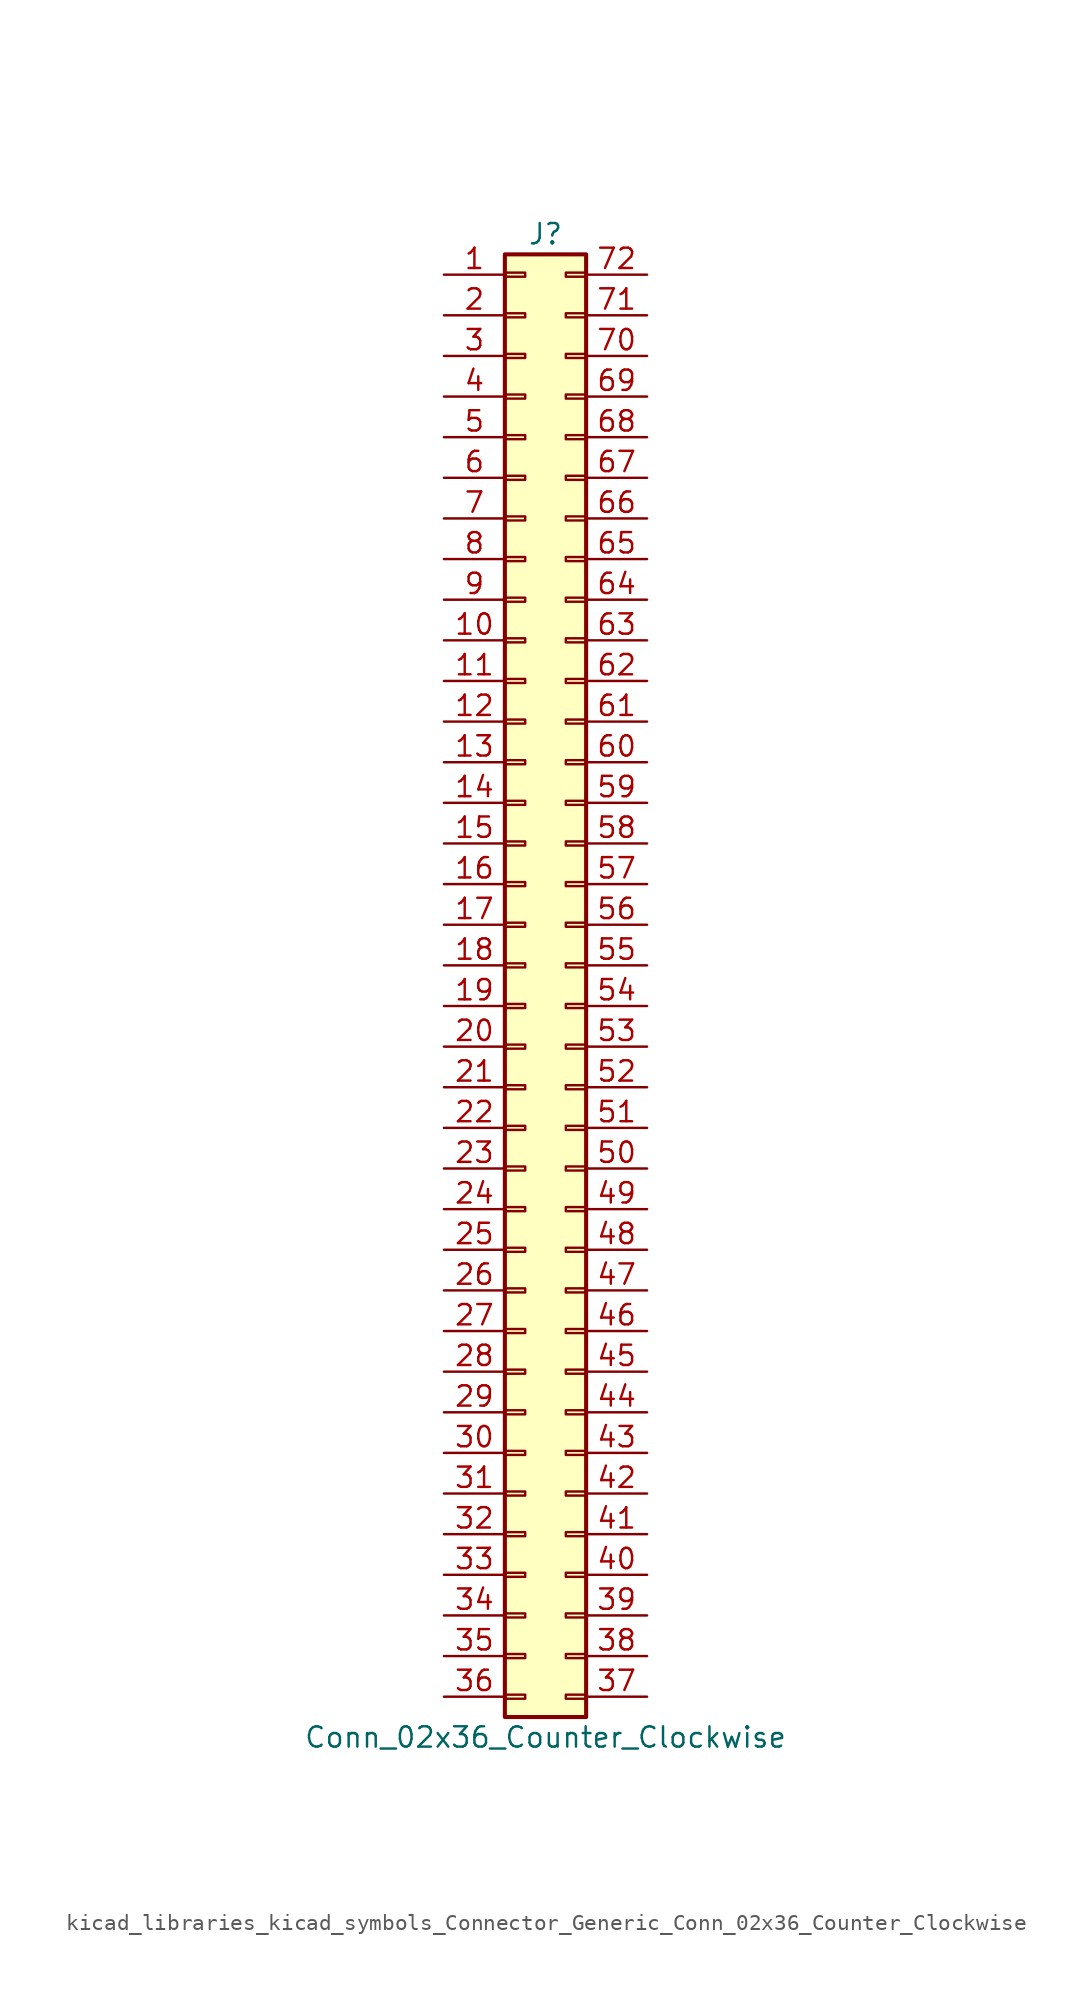
<source format=kicad_sym>
(kicad_symbol_lib
  (version 20220914)
  (generator kicad_symbol_editor)
  (symbol "kicad_libraries_kicad_symbols_Connector_Generic_Conn_02x36_Counter_Clockwise"
    (pin_names
      (offset 1.016) hide)
    (property "Reference" "J"
      (at 1.27 45.72 0)
      (effects (font (size 1.27 1.27))))
    (property "Value" "Conn_02x36_Counter_Clockwise"
      (at 1.27 -48.26 0)
      (effects (font (size 1.27 1.27))))
    (symbol "kicad_libraries_kicad_symbols_Connector_Generic_Conn_02x36_Counter_Clockwise_1_1"
      (rectangle (start -1.27 -45.593) (end 0 -45.847) (stroke (width 0.152) (type default)) (fill (type none)))
      (rectangle (start -1.27 -43.053) (end 0 -43.307) (stroke (width 0.152) (type default)) (fill (type none)))
      (rectangle (start -1.27 -40.513) (end 0 -40.767) (stroke (width 0.152) (type default)) (fill (type none)))
      (rectangle (start -1.27 -37.973) (end 0 -38.227) (stroke (width 0.152) (type default)) (fill (type none)))
      (rectangle (start -1.27 -35.433) (end 0 -35.687) (stroke (width 0.152) (type default)) (fill (type none)))
      (rectangle (start -1.27 -32.893) (end 0 -33.147) (stroke (width 0.152) (type default)) (fill (type none)))
      (rectangle (start -1.27 -30.353) (end 0 -30.607) (stroke (width 0.152) (type default)) (fill (type none)))
      (rectangle (start -1.27 -27.813) (end 0 -28.067) (stroke (width 0.152) (type default)) (fill (type none)))
      (rectangle (start -1.27 -25.273) (end 0 -25.527) (stroke (width 0.152) (type default)) (fill (type none)))
      (rectangle (start -1.27 -22.733) (end 0 -22.987) (stroke (width 0.152) (type default)) (fill (type none)))
      (rectangle (start -1.27 -20.193) (end 0 -20.447) (stroke (width 0.152) (type default)) (fill (type none)))
      (rectangle (start -1.27 -17.653) (end 0 -17.907) (stroke (width 0.152) (type default)) (fill (type none)))
      (rectangle (start -1.27 -15.113) (end 0 -15.367) (stroke (width 0.152) (type default)) (fill (type none)))
      (rectangle (start -1.27 -12.573) (end 0 -12.827) (stroke (width 0.152) (type default)) (fill (type none)))
      (rectangle (start -1.27 -10.033) (end 0 -10.287) (stroke (width 0.152) (type default)) (fill (type none)))
      (rectangle (start -1.27 -7.493) (end 0 -7.747) (stroke (width 0.152) (type default)) (fill (type none)))
      (rectangle (start -1.27 -4.953) (end 0 -5.207) (stroke (width 0.152) (type default)) (fill (type none)))
      (rectangle (start -1.27 -2.413) (end 0 -2.667) (stroke (width 0.152) (type default)) (fill (type none)))
      (rectangle (start -1.27 0.127) (end 0 -0.127) (stroke (width 0.152) (type default)) (fill (type none)))
      (rectangle (start -1.27 2.667) (end 0 2.413) (stroke (width 0.152) (type default)) (fill (type none)))
      (rectangle (start -1.27 5.207) (end 0 4.953) (stroke (width 0.152) (type default)) (fill (type none)))
      (rectangle (start -1.27 7.747) (end 0 7.493) (stroke (width 0.152) (type default)) (fill (type none)))
      (rectangle (start -1.27 10.287) (end 0 10.033) (stroke (width 0.152) (type default)) (fill (type none)))
      (rectangle (start -1.27 12.827) (end 0 12.573) (stroke (width 0.152) (type default)) (fill (type none)))
      (rectangle (start -1.27 15.367) (end 0 15.113) (stroke (width 0.152) (type default)) (fill (type none)))
      (rectangle (start -1.27 17.907) (end 0 17.653) (stroke (width 0.152) (type default)) (fill (type none)))
      (rectangle (start -1.27 20.447) (end 0 20.193) (stroke (width 0.152) (type default)) (fill (type none)))
      (rectangle (start -1.27 22.987) (end 0 22.733) (stroke (width 0.152) (type default)) (fill (type none)))
      (rectangle (start -1.27 25.527) (end 0 25.273) (stroke (width 0.152) (type default)) (fill (type none)))
      (rectangle (start -1.27 28.067) (end 0 27.813) (stroke (width 0.152) (type default)) (fill (type none)))
      (rectangle (start -1.27 30.607) (end 0 30.353) (stroke (width 0.152) (type default)) (fill (type none)))
      (rectangle (start -1.27 33.147) (end 0 32.893) (stroke (width 0.152) (type default)) (fill (type none)))
      (rectangle (start -1.27 35.687) (end 0 35.433) (stroke (width 0.152) (type default)) (fill (type none)))
      (rectangle (start -1.27 38.227) (end 0 37.973) (stroke (width 0.152) (type default)) (fill (type none)))
      (rectangle (start -1.27 40.767) (end 0 40.513) (stroke (width 0.152) (type default)) (fill (type none)))
      (rectangle (start -1.27 43.307) (end 0 43.053) (stroke (width 0.152) (type default)) (fill (type none)))
      (rectangle (start -1.27 44.45) (end 3.81 -46.99) (stroke (width 0.254) (type default)) (fill (type background)))
      (rectangle (start 3.81 -45.593) (end 2.54 -45.847) (stroke (width 0.152) (type default)) (fill (type none)))
      (rectangle (start 3.81 -43.053) (end 2.54 -43.307) (stroke (width 0.152) (type default)) (fill (type none)))
      (rectangle (start 3.81 -40.513) (end 2.54 -40.767) (stroke (width 0.152) (type default)) (fill (type none)))
      (rectangle (start 3.81 -37.973) (end 2.54 -38.227) (stroke (width 0.152) (type default)) (fill (type none)))
      (rectangle (start 3.81 -35.433) (end 2.54 -35.687) (stroke (width 0.152) (type default)) (fill (type none)))
      (rectangle (start 3.81 -32.893) (end 2.54 -33.147) (stroke (width 0.152) (type default)) (fill (type none)))
      (rectangle (start 3.81 -30.353) (end 2.54 -30.607) (stroke (width 0.152) (type default)) (fill (type none)))
      (rectangle (start 3.81 -27.813) (end 2.54 -28.067) (stroke (width 0.152) (type default)) (fill (type none)))
      (rectangle (start 3.81 -25.273) (end 2.54 -25.527) (stroke (width 0.152) (type default)) (fill (type none)))
      (rectangle (start 3.81 -22.733) (end 2.54 -22.987) (stroke (width 0.152) (type default)) (fill (type none)))
      (rectangle (start 3.81 -20.193) (end 2.54 -20.447) (stroke (width 0.152) (type default)) (fill (type none)))
      (rectangle (start 3.81 -17.653) (end 2.54 -17.907) (stroke (width 0.152) (type default)) (fill (type none)))
      (rectangle (start 3.81 -15.113) (end 2.54 -15.367) (stroke (width 0.152) (type default)) (fill (type none)))
      (rectangle (start 3.81 -12.573) (end 2.54 -12.827) (stroke (width 0.152) (type default)) (fill (type none)))
      (rectangle (start 3.81 -10.033) (end 2.54 -10.287) (stroke (width 0.152) (type default)) (fill (type none)))
      (rectangle (start 3.81 -7.493) (end 2.54 -7.747) (stroke (width 0.152) (type default)) (fill (type none)))
      (rectangle (start 3.81 -4.953) (end 2.54 -5.207) (stroke (width 0.152) (type default)) (fill (type none)))
      (rectangle (start 3.81 -2.413) (end 2.54 -2.667) (stroke (width 0.152) (type default)) (fill (type none)))
      (rectangle (start 3.81 0.127) (end 2.54 -0.127) (stroke (width 0.152) (type default)) (fill (type none)))
      (rectangle (start 3.81 2.667) (end 2.54 2.413) (stroke (width 0.152) (type default)) (fill (type none)))
      (rectangle (start 3.81 5.207) (end 2.54 4.953) (stroke (width 0.152) (type default)) (fill (type none)))
      (rectangle (start 3.81 7.747) (end 2.54 7.493) (stroke (width 0.152) (type default)) (fill (type none)))
      (rectangle (start 3.81 10.287) (end 2.54 10.033) (stroke (width 0.152) (type default)) (fill (type none)))
      (rectangle (start 3.81 12.827) (end 2.54 12.573) (stroke (width 0.152) (type default)) (fill (type none)))
      (rectangle (start 3.81 15.367) (end 2.54 15.113) (stroke (width 0.152) (type default)) (fill (type none)))
      (rectangle (start 3.81 17.907) (end 2.54 17.653) (stroke (width 0.152) (type default)) (fill (type none)))
      (rectangle (start 3.81 20.447) (end 2.54 20.193) (stroke (width 0.152) (type default)) (fill (type none)))
      (rectangle (start 3.81 22.987) (end 2.54 22.733) (stroke (width 0.152) (type default)) (fill (type none)))
      (rectangle (start 3.81 25.527) (end 2.54 25.273) (stroke (width 0.152) (type default)) (fill (type none)))
      (rectangle (start 3.81 28.067) (end 2.54 27.813) (stroke (width 0.152) (type default)) (fill (type none)))
      (rectangle (start 3.81 30.607) (end 2.54 30.353) (stroke (width 0.152) (type default)) (fill (type none)))
      (rectangle (start 3.81 33.147) (end 2.54 32.893) (stroke (width 0.152) (type default)) (fill (type none)))
      (rectangle (start 3.81 35.687) (end 2.54 35.433) (stroke (width 0.152) (type default)) (fill (type none)))
      (rectangle (start 3.81 38.227) (end 2.54 37.973) (stroke (width 0.152) (type default)) (fill (type none)))
      (rectangle (start 3.81 40.767) (end 2.54 40.513) (stroke (width 0.152) (type default)) (fill (type none)))
      (rectangle (start 3.81 43.307) (end 2.54 43.053) (stroke (width 0.152) (type default)) (fill (type none)))
      (pin passive line (at -5.08 43.18 0) (length 3.81) (name "Pin_1" (effects (font (size 1.27 1.27)))) (number "1" (effects (font (size 1.27 1.27)))))
      (pin passive line (at -5.08 20.32 0) (length 3.81) (name "Pin_10" (effects (font (size 1.27 1.27)))) (number "10" (effects (font (size 1.27 1.27)))))
      (pin passive line (at -5.08 17.78 0) (length 3.81) (name "Pin_11" (effects (font (size 1.27 1.27)))) (number "11" (effects (font (size 1.27 1.27)))))
      (pin passive line (at -5.08 15.24 0) (length 3.81) (name "Pin_12" (effects (font (size 1.27 1.27)))) (number "12" (effects (font (size 1.27 1.27)))))
      (pin passive line (at -5.08 12.7 0) (length 3.81) (name "Pin_13" (effects (font (size 1.27 1.27)))) (number "13" (effects (font (size 1.27 1.27)))))
      (pin passive line (at -5.08 10.16 0) (length 3.81) (name "Pin_14" (effects (font (size 1.27 1.27)))) (number "14" (effects (font (size 1.27 1.27)))))
      (pin passive line (at -5.08 7.62 0) (length 3.81) (name "Pin_15" (effects (font (size 1.27 1.27)))) (number "15" (effects (font (size 1.27 1.27)))))
      (pin passive line (at -5.08 5.08 0) (length 3.81) (name "Pin_16" (effects (font (size 1.27 1.27)))) (number "16" (effects (font (size 1.27 1.27)))))
      (pin passive line (at -5.08 2.54 0) (length 3.81) (name "Pin_17" (effects (font (size 1.27 1.27)))) (number "17" (effects (font (size 1.27 1.27)))))
      (pin passive line (at -5.08 0 0) (length 3.81) (name "Pin_18" (effects (font (size 1.27 1.27)))) (number "18" (effects (font (size 1.27 1.27)))))
      (pin passive line (at -5.08 -2.54 0) (length 3.81) (name "Pin_19" (effects (font (size 1.27 1.27)))) (number "19" (effects (font (size 1.27 1.27)))))
      (pin passive line (at -5.08 40.64 0) (length 3.81) (name "Pin_2" (effects (font (size 1.27 1.27)))) (number "2" (effects (font (size 1.27 1.27)))))
      (pin passive line (at -5.08 -5.08 0) (length 3.81) (name "Pin_20" (effects (font (size 1.27 1.27)))) (number "20" (effects (font (size 1.27 1.27)))))
      (pin passive line (at -5.08 -7.62 0) (length 3.81) (name "Pin_21" (effects (font (size 1.27 1.27)))) (number "21" (effects (font (size 1.27 1.27)))))
      (pin passive line (at -5.08 -10.16 0) (length 3.81) (name "Pin_22" (effects (font (size 1.27 1.27)))) (number "22" (effects (font (size 1.27 1.27)))))
      (pin passive line (at -5.08 -12.7 0) (length 3.81) (name "Pin_23" (effects (font (size 1.27 1.27)))) (number "23" (effects (font (size 1.27 1.27)))))
      (pin passive line (at -5.08 -15.24 0) (length 3.81) (name "Pin_24" (effects (font (size 1.27 1.27)))) (number "24" (effects (font (size 1.27 1.27)))))
      (pin passive line (at -5.08 -17.78 0) (length 3.81) (name "Pin_25" (effects (font (size 1.27 1.27)))) (number "25" (effects (font (size 1.27 1.27)))))
      (pin passive line (at -5.08 -20.32 0) (length 3.81) (name "Pin_26" (effects (font (size 1.27 1.27)))) (number "26" (effects (font (size 1.27 1.27)))))
      (pin passive line (at -5.08 -22.86 0) (length 3.81) (name "Pin_27" (effects (font (size 1.27 1.27)))) (number "27" (effects (font (size 1.27 1.27)))))
      (pin passive line (at -5.08 -25.4 0) (length 3.81) (name "Pin_28" (effects (font (size 1.27 1.27)))) (number "28" (effects (font (size 1.27 1.27)))))
      (pin passive line (at -5.08 -27.94 0) (length 3.81) (name "Pin_29" (effects (font (size 1.27 1.27)))) (number "29" (effects (font (size 1.27 1.27)))))
      (pin passive line (at -5.08 38.1 0) (length 3.81) (name "Pin_3" (effects (font (size 1.27 1.27)))) (number "3" (effects (font (size 1.27 1.27)))))
      (pin passive line (at -5.08 -30.48 0) (length 3.81) (name "Pin_30" (effects (font (size 1.27 1.27)))) (number "30" (effects (font (size 1.27 1.27)))))
      (pin passive line (at -5.08 -33.02 0) (length 3.81) (name "Pin_31" (effects (font (size 1.27 1.27)))) (number "31" (effects (font (size 1.27 1.27)))))
      (pin passive line (at -5.08 -35.56 0) (length 3.81) (name "Pin_32" (effects (font (size 1.27 1.27)))) (number "32" (effects (font (size 1.27 1.27)))))
      (pin passive line (at -5.08 -38.1 0) (length 3.81) (name "Pin_33" (effects (font (size 1.27 1.27)))) (number "33" (effects (font (size 1.27 1.27)))))
      (pin passive line (at -5.08 -40.64 0) (length 3.81) (name "Pin_34" (effects (font (size 1.27 1.27)))) (number "34" (effects (font (size 1.27 1.27)))))
      (pin passive line (at -5.08 -43.18 0) (length 3.81) (name "Pin_35" (effects (font (size 1.27 1.27)))) (number "35" (effects (font (size 1.27 1.27)))))
      (pin passive line (at -5.08 -45.72 0) (length 3.81) (name "Pin_36" (effects (font (size 1.27 1.27)))) (number "36" (effects (font (size 1.27 1.27)))))
      (pin passive line (at 7.62 -45.72 180) (length 3.81) (name "Pin_37" (effects (font (size 1.27 1.27)))) (number "37" (effects (font (size 1.27 1.27)))))
      (pin passive line (at 7.62 -43.18 180) (length 3.81) (name "Pin_38" (effects (font (size 1.27 1.27)))) (number "38" (effects (font (size 1.27 1.27)))))
      (pin passive line (at 7.62 -40.64 180) (length 3.81) (name "Pin_39" (effects (font (size 1.27 1.27)))) (number "39" (effects (font (size 1.27 1.27)))))
      (pin passive line (at -5.08 35.56 0) (length 3.81) (name "Pin_4" (effects (font (size 1.27 1.27)))) (number "4" (effects (font (size 1.27 1.27)))))
      (pin passive line (at 7.62 -38.1 180) (length 3.81) (name "Pin_40" (effects (font (size 1.27 1.27)))) (number "40" (effects (font (size 1.27 1.27)))))
      (pin passive line (at 7.62 -35.56 180) (length 3.81) (name "Pin_41" (effects (font (size 1.27 1.27)))) (number "41" (effects (font (size 1.27 1.27)))))
      (pin passive line (at 7.62 -33.02 180) (length 3.81) (name "Pin_42" (effects (font (size 1.27 1.27)))) (number "42" (effects (font (size 1.27 1.27)))))
      (pin passive line (at 7.62 -30.48 180) (length 3.81) (name "Pin_43" (effects (font (size 1.27 1.27)))) (number "43" (effects (font (size 1.27 1.27)))))
      (pin passive line (at 7.62 -27.94 180) (length 3.81) (name "Pin_44" (effects (font (size 1.27 1.27)))) (number "44" (effects (font (size 1.27 1.27)))))
      (pin passive line (at 7.62 -25.4 180) (length 3.81) (name "Pin_45" (effects (font (size 1.27 1.27)))) (number "45" (effects (font (size 1.27 1.27)))))
      (pin passive line (at 7.62 -22.86 180) (length 3.81) (name "Pin_46" (effects (font (size 1.27 1.27)))) (number "46" (effects (font (size 1.27 1.27)))))
      (pin passive line (at 7.62 -20.32 180) (length 3.81) (name "Pin_47" (effects (font (size 1.27 1.27)))) (number "47" (effects (font (size 1.27 1.27)))))
      (pin passive line (at 7.62 -17.78 180) (length 3.81) (name "Pin_48" (effects (font (size 1.27 1.27)))) (number "48" (effects (font (size 1.27 1.27)))))
      (pin passive line (at 7.62 -15.24 180) (length 3.81) (name "Pin_49" (effects (font (size 1.27 1.27)))) (number "49" (effects (font (size 1.27 1.27)))))
      (pin passive line (at -5.08 33.02 0) (length 3.81) (name "Pin_5" (effects (font (size 1.27 1.27)))) (number "5" (effects (font (size 1.27 1.27)))))
      (pin passive line (at 7.62 -12.7 180) (length 3.81) (name "Pin_50" (effects (font (size 1.27 1.27)))) (number "50" (effects (font (size 1.27 1.27)))))
      (pin passive line (at 7.62 -10.16 180) (length 3.81) (name "Pin_51" (effects (font (size 1.27 1.27)))) (number "51" (effects (font (size 1.27 1.27)))))
      (pin passive line (at 7.62 -7.62 180) (length 3.81) (name "Pin_52" (effects (font (size 1.27 1.27)))) (number "52" (effects (font (size 1.27 1.27)))))
      (pin passive line (at 7.62 -5.08 180) (length 3.81) (name "Pin_53" (effects (font (size 1.27 1.27)))) (number "53" (effects (font (size 1.27 1.27)))))
      (pin passive line (at 7.62 -2.54 180) (length 3.81) (name "Pin_54" (effects (font (size 1.27 1.27)))) (number "54" (effects (font (size 1.27 1.27)))))
      (pin passive line (at 7.62 0 180) (length 3.81) (name "Pin_55" (effects (font (size 1.27 1.27)))) (number "55" (effects (font (size 1.27 1.27)))))
      (pin passive line (at 7.62 2.54 180) (length 3.81) (name "Pin_56" (effects (font (size 1.27 1.27)))) (number "56" (effects (font (size 1.27 1.27)))))
      (pin passive line (at 7.62 5.08 180) (length 3.81) (name "Pin_57" (effects (font (size 1.27 1.27)))) (number "57" (effects (font (size 1.27 1.27)))))
      (pin passive line (at 7.62 7.62 180) (length 3.81) (name "Pin_58" (effects (font (size 1.27 1.27)))) (number "58" (effects (font (size 1.27 1.27)))))
      (pin passive line (at 7.62 10.16 180) (length 3.81) (name "Pin_59" (effects (font (size 1.27 1.27)))) (number "59" (effects (font (size 1.27 1.27)))))
      (pin passive line (at -5.08 30.48 0) (length 3.81) (name "Pin_6" (effects (font (size 1.27 1.27)))) (number "6" (effects (font (size 1.27 1.27)))))
      (pin passive line (at 7.62 12.7 180) (length 3.81) (name "Pin_60" (effects (font (size 1.27 1.27)))) (number "60" (effects (font (size 1.27 1.27)))))
      (pin passive line (at 7.62 15.24 180) (length 3.81) (name "Pin_61" (effects (font (size 1.27 1.27)))) (number "61" (effects (font (size 1.27 1.27)))))
      (pin passive line (at 7.62 17.78 180) (length 3.81) (name "Pin_62" (effects (font (size 1.27 1.27)))) (number "62" (effects (font (size 1.27 1.27)))))
      (pin passive line (at 7.62 20.32 180) (length 3.81) (name "Pin_63" (effects (font (size 1.27 1.27)))) (number "63" (effects (font (size 1.27 1.27)))))
      (pin passive line (at 7.62 22.86 180) (length 3.81) (name "Pin_64" (effects (font (size 1.27 1.27)))) (number "64" (effects (font (size 1.27 1.27)))))
      (pin passive line (at 7.62 25.4 180) (length 3.81) (name "Pin_65" (effects (font (size 1.27 1.27)))) (number "65" (effects (font (size 1.27 1.27)))))
      (pin passive line (at 7.62 27.94 180) (length 3.81) (name "Pin_66" (effects (font (size 1.27 1.27)))) (number "66" (effects (font (size 1.27 1.27)))))
      (pin passive line (at 7.62 30.48 180) (length 3.81) (name "Pin_67" (effects (font (size 1.27 1.27)))) (number "67" (effects (font (size 1.27 1.27)))))
      (pin passive line (at 7.62 33.02 180) (length 3.81) (name "Pin_68" (effects (font (size 1.27 1.27)))) (number "68" (effects (font (size 1.27 1.27)))))
      (pin passive line (at 7.62 35.56 180) (length 3.81) (name "Pin_69" (effects (font (size 1.27 1.27)))) (number "69" (effects (font (size 1.27 1.27)))))
      (pin passive line (at -5.08 27.94 0) (length 3.81) (name "Pin_7" (effects (font (size 1.27 1.27)))) (number "7" (effects (font (size 1.27 1.27)))))
      (pin passive line (at 7.62 38.1 180) (length 3.81) (name "Pin_70" (effects (font (size 1.27 1.27)))) (number "70" (effects (font (size 1.27 1.27)))))
      (pin passive line (at 7.62 40.64 180) (length 3.81) (name "Pin_71" (effects (font (size 1.27 1.27)))) (number "71" (effects (font (size 1.27 1.27)))))
      (pin passive line (at 7.62 43.18 180) (length 3.81) (name "Pin_72" (effects (font (size 1.27 1.27)))) (number "72" (effects (font (size 1.27 1.27)))))
      (pin passive line (at -5.08 25.4 0) (length 3.81) (name "Pin_8" (effects (font (size 1.27 1.27)))) (number "8" (effects (font (size 1.27 1.27)))))
      (pin passive line (at -5.08 22.86 0) (length 3.81) (name "Pin_9" (effects (font (size 1.27 1.27)))) (number "9" (effects (font (size 1.27 1.27))))))))
</source>
